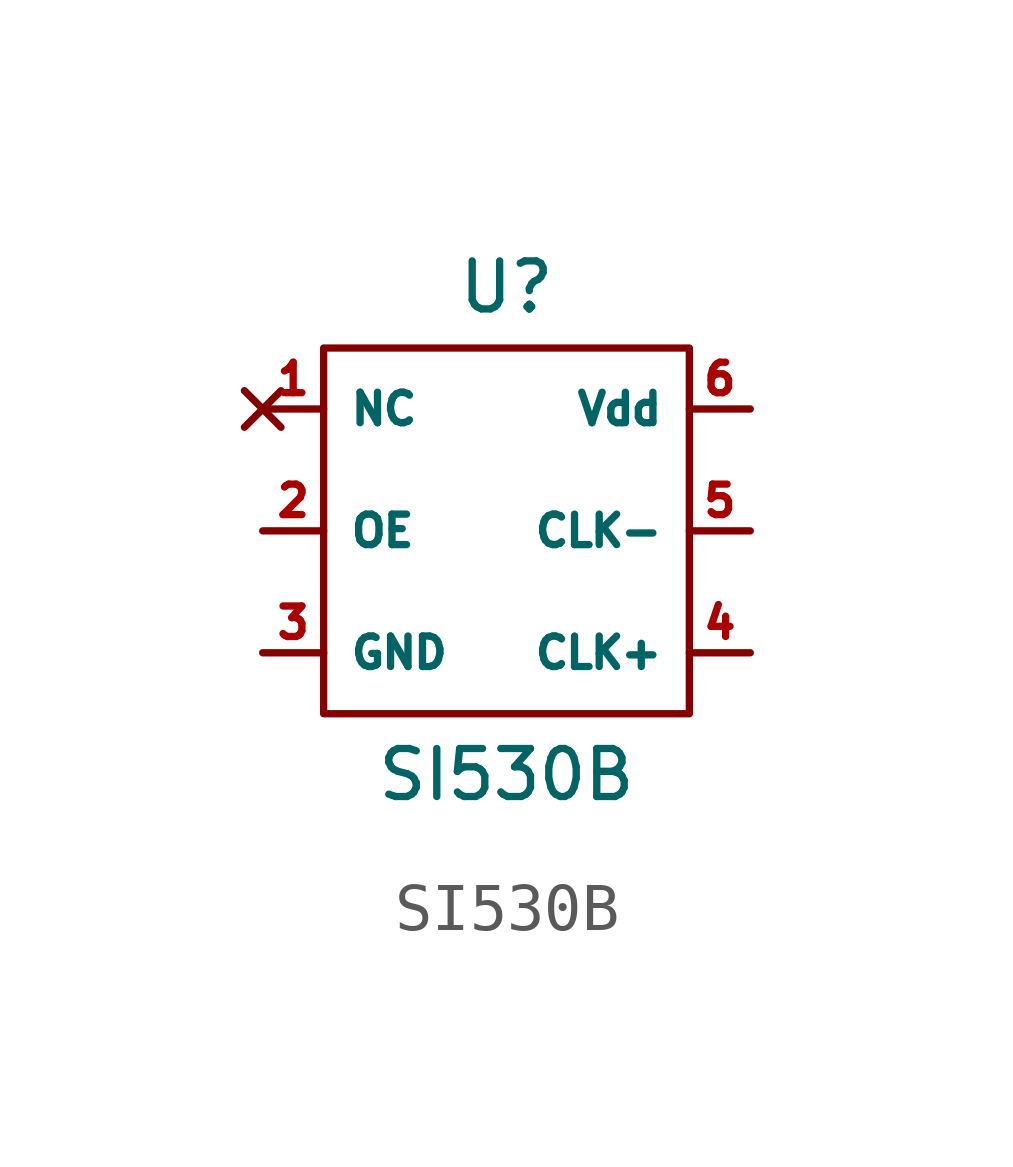
<source format=kicad_sym>
(kicad_symbol_lib
  (version 20241209)
  (generator "kicad_symbol_editor")
  (generator_version "9.0")
  (symbol "SI530B"
    (property "Reference" "U"
      (at 0 5.08 0)
      (effects (font (size 1 1))))
    (property "Value" "SI530B"
      (at 0 -5.08 0)
      (effects (font (size 1 1))))
    (symbol "SI530B_0_1"
      (rectangle (start -3.81 3.81) (end 3.81 -3.81) (stroke (width 0) (type default)) (fill (type none))))
    (symbol "SI530B_1_1"
      (pin no_connect line (at -5.08 2.54 0) (length 1.27) (name "NC" (effects (font (size 0.635 0.635)))) (number "1" (effects (font (size 0.635 0.635)))))
      (pin input line (at -5.08 0 0) (length 1.27) (name "OE" (effects (font (size 0.635 0.635)))) (number "2" (effects (font (size 0.635 0.635)))))
      (pin power_in line (at -5.08 -2.54 0) (length 1.27) (name "GND" (effects (font (size 0.635 0.635)))) (number "3" (effects (font (size 0.635 0.635)))))
      (pin power_in line (at 5.08 2.54 180) (length 1.27) (name "Vdd" (effects (font (size 0.635 0.635)))) (number "6" (effects (font (size 0.635 0.635)))))
      (pin output line (at 5.08 0 180) (length 1.27) (name "CLK-" (effects (font (size 0.635 0.635)))) (number "5" (effects (font (size 0.635 0.635)))))
      (pin output line (at 5.08 -2.54 180) (length 1.27) (name "CLK+" (effects (font (size 0.635 0.635)))) (number "4" (effects (font (size 0.635 0.635))))))))
</source>
